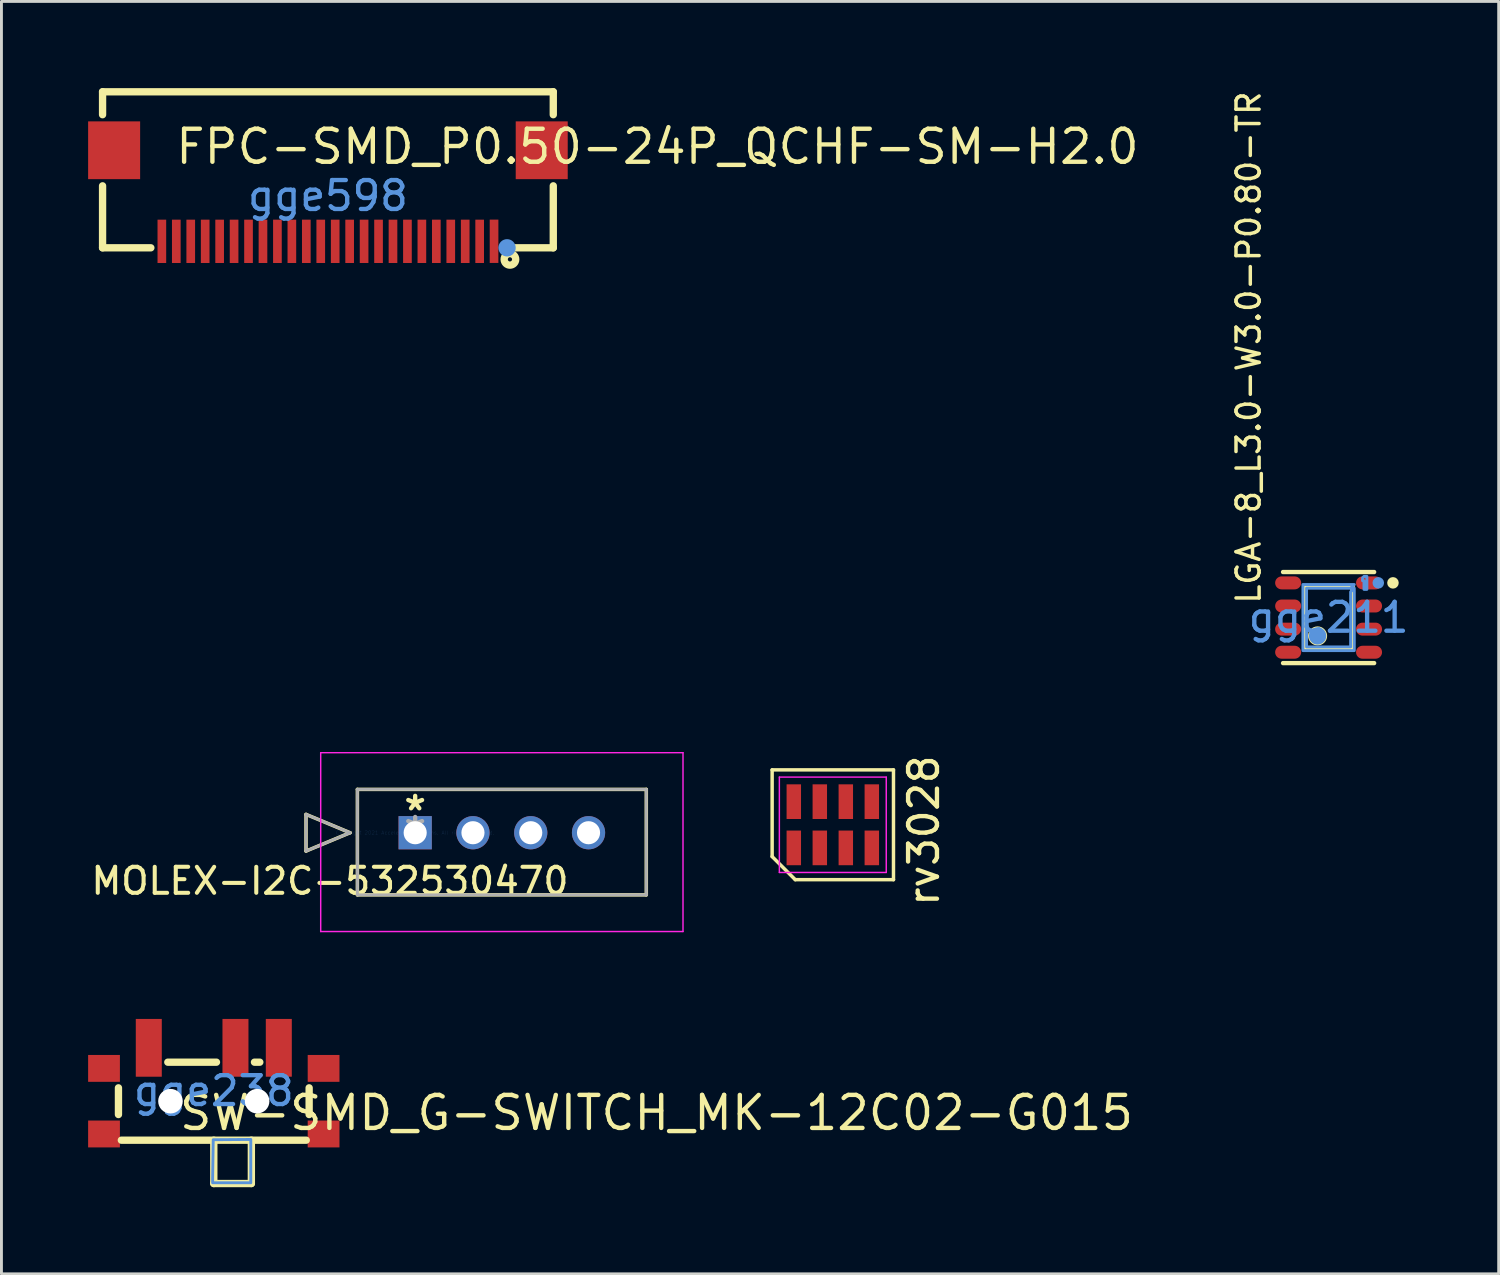
<source format=kicad_pcb>
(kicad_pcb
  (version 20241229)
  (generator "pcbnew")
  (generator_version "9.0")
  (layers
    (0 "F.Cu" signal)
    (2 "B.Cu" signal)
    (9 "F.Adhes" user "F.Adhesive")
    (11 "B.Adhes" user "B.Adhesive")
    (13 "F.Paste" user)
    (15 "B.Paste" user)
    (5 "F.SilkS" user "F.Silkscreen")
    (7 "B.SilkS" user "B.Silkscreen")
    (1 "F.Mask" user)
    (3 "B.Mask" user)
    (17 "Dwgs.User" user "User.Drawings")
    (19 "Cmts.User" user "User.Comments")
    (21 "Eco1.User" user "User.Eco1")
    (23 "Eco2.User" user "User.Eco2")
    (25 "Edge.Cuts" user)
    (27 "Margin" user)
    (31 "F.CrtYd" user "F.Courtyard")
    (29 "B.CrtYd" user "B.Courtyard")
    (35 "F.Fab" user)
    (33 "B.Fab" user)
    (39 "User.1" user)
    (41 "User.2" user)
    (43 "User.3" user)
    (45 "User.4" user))
  (footprint "FPC-SMD_P0.50-24P_QCHF-SM-H2.0"
    (layer "F.Cu")
    (at 8.3 3.727)
    (property "Reference" "FPC-SMD_P0.50-24P_QCHF-SM-H2.0" (at -5.35 -1.7 0) (layer "F.SilkS") (effects (font (size 1.143 1.143) (thickness 0.152)) (justify left)))
    (attr smd)
    (fp_line (start -7.8 -3.6) (end -7.8 -2.807) (stroke (width 0.254) (type solid)) (layer "F.SilkS"))
    (fp_line (start -7.8 -3.6) (end 7.8 -3.6) (stroke (width 0.254) (type solid)) (layer "F.SilkS"))
    (fp_line (start -7.8 -0.345) (end -7.8 1.8) (stroke (width 0.254) (type solid)) (layer "F.SilkS"))
    (fp_line (start -7.8 1.8) (end -6.129 1.8) (stroke (width 0.254) (type solid)) (layer "F.SilkS"))
    (fp_line (start 6.131 1.8) (end 7.8 1.8) (stroke (width 0.254) (type solid)) (layer "F.SilkS"))
    (fp_line (start 7.8 -3.6) (end 7.8 -2.807) (stroke (width 0.254) (type solid)) (layer "F.SilkS"))
    (fp_line (start 7.8 -0.345) (end 7.8 1.8) (stroke (width 0.254) (type solid)) (layer "F.SilkS"))
    (fp_circle (center 6.3 2.2) (end 6.5 2.2) (stroke (width 0.254) (type solid)) (fill no) (layer "F.SilkS"))
    (fp_circle (center 6.2 1.8) (end 6.35 1.8) (stroke (width 0.3) (type solid)) (fill no) (layer "Cmts.User"))
    (fp_text user "gge598" (at 0 0 0) (layer "Cmts.User") (effects (font (size 1 1) (thickness 0.15))))
    (pad "1" smd rect (at 5.75 1.574 180) (size 0.3 1.5) (layers "F.Cu" "F.Mask" "F.Paste"))
    (pad "2" smd rect (at 5.252 1.576 180) (size 0.3 1.5) (layers "F.Cu" "F.Mask" "F.Paste"))
    (pad "3" smd rect (at 4.752 1.576 180) (size 0.3 1.5) (layers "F.Cu" "F.Mask" "F.Paste"))
    (pad "4" smd rect (at 4.252 1.576 180) (size 0.3 1.5) (layers "F.Cu" "F.Mask" "F.Paste"))
    (pad "5" smd rect (at 3.752 1.576 180) (size 0.3 1.5) (layers "F.Cu" "F.Mask" "F.Paste"))
    (pad "6" smd rect (at 3.252 1.576 180) (size 0.3 1.5) (layers "F.Cu" "F.Mask" "F.Paste"))
    (pad "7" smd rect (at 2.752 1.576 180) (size 0.3 1.5) (layers "F.Cu" "F.Mask" "F.Paste"))
    (pad "8" smd rect (at 2.252 1.576 180) (size 0.3 1.5) (layers "F.Cu" "F.Mask" "F.Paste"))
    (pad "9" smd rect (at 1.752 1.576 180) (size 0.3 1.5) (layers "F.Cu" "F.Mask" "F.Paste"))
    (pad "10" smd rect (at 1.252 1.576 180) (size 0.3 1.5) (layers "F.Cu" "F.Mask" "F.Paste"))
    (pad "11" smd rect (at 0.752 1.576 180) (size 0.3 1.5) (layers "F.Cu" "F.Mask" "F.Paste"))
    (pad "12" smd rect (at 0.252 1.576 180) (size 0.3 1.5) (layers "F.Cu" "F.Mask" "F.Paste"))
    (pad "13" smd rect (at -0.248 1.576 180) (size 0.3 1.5) (layers "F.Cu" "F.Mask" "F.Paste"))
    (pad "14" smd rect (at -0.748 1.576 180) (size 0.3 1.5) (layers "F.Cu" "F.Mask" "F.Paste"))
    (pad "15" smd rect (at -1.248 1.576 180) (size 0.3 1.5) (layers "F.Cu" "F.Mask" "F.Paste"))
    (pad "16" smd rect (at -1.748 1.576 180) (size 0.3 1.5) (layers "F.Cu" "F.Mask" "F.Paste"))
    (pad "17" smd rect (at -2.248 1.576 180) (size 0.3 1.5) (layers "F.Cu" "F.Mask" "F.Paste"))
    (pad "18" smd rect (at -2.748 1.576 180) (size 0.3 1.5) (layers "F.Cu" "F.Mask" "F.Paste"))
    (pad "19" smd rect (at -3.248 1.576 180) (size 0.3 1.5) (layers "F.Cu" "F.Mask" "F.Paste"))
    (pad "20" smd rect (at -3.748 1.576 180) (size 0.3 1.5) (layers "F.Cu" "F.Mask" "F.Paste"))
    (pad "21" smd rect (at -4.248 1.576 180) (size 0.3 1.5) (layers "F.Cu" "F.Mask" "F.Paste"))
    (pad "22" smd rect (at -4.748 1.576 180) (size 0.3 1.5) (layers "F.Cu" "F.Mask" "F.Paste"))
    (pad "23" smd rect (at -5.248 1.576 180) (size 0.3 1.5) (layers "F.Cu" "F.Mask" "F.Paste"))
    (pad "24" smd rect (at -5.748 1.576 180) (size 0.3 1.5) (layers "F.Cu" "F.Mask" "F.Paste"))
    (pad "25" smd rect (at 7.4 -1.576 180) (size 1.8 2) (layers "F.Cu" "F.Mask" "F.Paste"))
    (pad "26" smd rect (at -7.4 -1.576) (size 1.8 2) (layers "F.Cu" "F.Mask" "F.Paste")))
  (footprint "SW-SMD_G-SWITCH_MK-12C02-G015"
    (layer "F.Cu")
    (at 4.35 34.708)
    (property "Reference" "SW-SMD_G-SWITCH_MK-12C02-G015" (at -1.27 0.76 0) (layer "F.SilkS") (effects (font (size 1.143 1.143) (thickness 0.152)) (justify left)))
    (attr smd)
    (fp_line (start -3.3 0.818) (end -3.3 -0.106) (stroke (width 0.254) (type solid)) (layer "F.SilkS"))
    (fp_line (start 0 3.206) (end 0 1.706) (stroke (width 0.254) (type solid)) (layer "F.SilkS"))
    (fp_line (start 0.092 -0.994) (end -1.592 -0.994) (stroke (width 0.254) (type solid)) (layer "F.SilkS"))
    (fp_line (start 1.3 1.706) (end 1.3 3.206) (stroke (width 0.254) (type solid)) (layer "F.SilkS"))
    (fp_line (start 1.3 3.206) (end 0 3.206) (stroke (width 0.254) (type solid)) (layer "F.SilkS"))
    (fp_line (start 1.592 -0.994) (end 1.408 -0.994) (stroke (width 0.254) (type solid)) (layer "F.SilkS"))
    (fp_line (start 3.2 1.706) (end -3.2 1.706) (stroke (width 0.254) (type solid)) (layer "F.SilkS"))
    (fp_line (start 3.3 0.818) (end 3.3 -0.106) (stroke (width 0.254) (type solid)) (layer "F.SilkS"))
    (fp_circle (center -1.5 0.356) (end -1.325 0.356) (stroke (width 0.35) (type solid)) (fill no) (layer "Cmts.User"))
    (fp_circle (center 1.5 0.356) (end 1.675 0.356) (stroke (width 0.35) (type solid)) (fill no) (layer "Cmts.User"))
    (fp_poly (pts (xy -0.02 1.69) (xy 1.28 1.68) (xy 1.28 3.18) (xy -0.04 3.18) (xy -0.04 3)) (stroke (width 0.1) (type solid)) (fill no) (layer "Cmts.User"))
    (fp_text user "gge238" (at 0 0 0) (layer "Cmts.User") (effects (font (size 1 1) (thickness 0.15))))
    (pad "" np_thru_hole circle (at -1.5 0.356) (size 0.85 0.85) (drill 0.85) (layers "*.Cu" "*.Mask"))
    (pad "" np_thru_hole circle (at 1.5 0.356) (size 0.85 0.85) (drill 0.85) (layers "*.Cu" "*.Mask"))
    (pad "1" smd rect (at -2.25 -1.491) (size 0.9 2) (layers "F.Cu" "F.Mask" "F.Paste"))
    (pad "2" smd rect (at 0.75 -1.491) (size 0.9 2) (layers "F.Cu" "F.Mask" "F.Paste"))
    (pad "3" smd rect (at 2.25 -1.491) (size 0.9 2) (layers "F.Cu" "F.Mask" "F.Paste"))
    (pad "4" smd rect (at 3.8 -0.779) (size 1.1 0.93) (layers "F.Cu" "F.Mask" "F.Paste"))
    (pad "5" smd rect (at 3.8 1.491) (size 1.1 0.93) (layers "F.Cu" "F.Mask" "F.Paste"))
    (pad "6" smd rect (at -3.8 1.491) (size 1.1 0.93) (layers "F.Cu" "F.Mask" "F.Paste"))
    (pad "7" smd rect (at -3.8 -0.779 180) (size 1.1 0.93) (layers "F.Cu" "F.Mask" "F.Paste")))
  (footprint "LGA-8_L3.0-W3.0-P0.80-TR"
    (layer "F.Cu")
    (at 42.935 18.325)
    (property "Reference" "LGA-8_L3.0-W3.0-P0.80-TR" (at -2.769 -0.411 90) (layer "F.SilkS") (effects (font (size 0.8 0.8) (thickness 0.12)) (justify left)))
    (attr smd)
    (fp_line (start -1.576 -1.576) (end 1.576 -1.576) (stroke (width 0.152) (type solid)) (layer "F.SilkS"))
    (fp_line (start -1.576 1.576) (end 1.576 1.576) (stroke (width 0.152) (type solid)) (layer "F.SilkS"))
    (fp_line (start -0.825 -1.079) (end 0.825 -1.079) (stroke (width 0.152) (type solid)) (layer "F.SilkS"))
    (fp_line (start -0.825 1.079) (end -0.825 -1.079) (stroke (width 0.152) (type solid)) (layer "F.SilkS"))
    (fp_line (start 0.825 -1.079) (end 0.825 1.079) (stroke (width 0.152) (type solid)) (layer "F.SilkS"))
    (fp_line (start 0.825 1.079) (end -0.825 1.079) (stroke (width 0.152) (type solid)) (layer "F.SilkS"))
    (fp_circle (center -0.381 0.635) (end -0.127 0.635) (stroke (width 0.152) (type solid)) (fill no) (layer "F.SilkS"))
    (fp_circle (center 2.228 -1.201) (end 2.328 -1.201) (stroke (width 0.2) (type solid)) (fill no) (layer "F.SilkS"))
    (fp_circle (center -0.381 0.635) (end -0.231 0.635) (stroke (width 0.3) (type solid)) (fill no) (layer "Cmts.User"))
    (fp_circle (center 1.72 -1.201) (end 1.82 -1.201) (stroke (width 0.2) (type solid)) (fill no) (layer "Cmts.User"))
    (fp_poly (pts (xy 1.275 -1.425) (xy 1.225 -1.425) (xy 1.175 -1.375) (xy 1.175 -1.275) (xy 1.225 -1.275) (xy 1.225 -0.975) (xy 1.275 -0.975) (xy 1.325 -0.975) (xy 1.325 -1.425)) (stroke (width 0.1) (type solid)) (fill no) (layer "Cmts.User"))
    (fp_poly (pts (xy 0.889 -1.016) (xy 0.889 1.143) (xy -0.889 1.143) (xy -0.889 -1.143) (xy 0.889 -1.143) (xy 0.762 -1.016) (xy -0.762 -1.016) (xy -0.762 1.016) (xy 0.762 1.016) (xy 0.762 -0.889) (xy 0.889 -1.016) (xy 0.889 -0.889)) (stroke (width 0.1) (type solid)) (fill no) (layer "Cmts.User"))
    (fp_text user "gge211" (at 0 0 0) (layer "Cmts.User") (effects (font (size 1 1) (thickness 0.15))))
    (pad "1" smd oval (at 1.4 -1.2 270) (size 0.448 0.9) (layers "F.Cu" "F.Mask" "F.Paste"))
    (pad "2" smd oval (at 1.4 -0.4 270) (size 0.448 0.9) (layers "F.Cu" "F.Mask" "F.Paste"))
    (pad "3" smd oval (at 1.4 0.4 270) (size 0.448 0.9) (layers "F.Cu" "F.Mask" "F.Paste"))
    (pad "4" smd oval (at 1.4 1.2 270) (size 0.448 0.9) (layers "F.Cu" "F.Mask" "F.Paste"))
    (pad "5" smd oval (at -1.4 1.2 270) (size 0.448 0.9) (layers "F.Cu" "F.Mask" "F.Paste"))
    (pad "6" smd oval (at -1.4 0.4 270) (size 0.448 0.9) (layers "F.Cu" "F.Mask" "F.Paste"))
    (pad "7" smd oval (at -1.4 -0.4 270) (size 0.448 0.9) (layers "F.Cu" "F.Mask" "F.Paste"))
    (pad "8" smd oval (at -1.4 -1.2 270) (size 0.448 0.9) (layers "F.Cu" "F.Mask" "F.Paste")))
  (footprint "rv3028"
    (layer "F.Cu")
    (at 25.775 25.497)
    (property "Reference" "rv3028" (at 3.15 0.2 90) (layer "F.SilkS") (effects (font (size 1 1) (thickness 0.15))))
    (attr smd)
    (fp_line (start -2.1 -1.9) (end 2.1 -1.9) (stroke (width 0.12) (type solid)) (layer "F.SilkS"))
    (fp_line (start -2.1 1.1) (end -2.1 -1.9) (stroke (width 0.12) (type solid)) (layer "F.SilkS"))
    (fp_line (start -1.3 1.9) (end -2.1 1.1) (stroke (width 0.12) (type solid)) (layer "F.SilkS"))
    (fp_line (start 2.1 -1.9) (end 2.1 1.9) (stroke (width 0.12) (type solid)) (layer "F.SilkS"))
    (fp_line (start 2.1 1.9) (end -1.3 1.9) (stroke (width 0.12) (type solid)) (layer "F.SilkS"))
    (fp_line (start -1.85 -1.65) (end 1.85 -1.65) (stroke (width 0.05) (type solid)) (layer "F.CrtYd"))
    (fp_line (start -1.85 1.65) (end -1.85 -1.65) (stroke (width 0.05) (type solid)) (layer "F.CrtYd"))
    (fp_line (start 1.85 -1.65) (end 1.85 1.65) (stroke (width 0.05) (type solid)) (layer "F.CrtYd"))
    (fp_line (start 1.85 1.65) (end -1.85 1.65) (stroke (width 0.05) (type solid)) (layer "F.CrtYd"))
    (pad "1" smd rect (at -1.35 0.8) (size 0.5 1.2) (layers "F.Cu" "F.Mask" "F.Paste"))
    (pad "2" smd rect (at -0.45 0.8) (size 0.5 1.2) (layers "F.Cu" "F.Mask" "F.Paste"))
    (pad "3" smd rect (at 0.45 0.8) (size 0.5 1.2) (layers "F.Cu" "F.Mask" "F.Paste"))
    (pad "4" smd rect (at 1.35 0.8) (size 0.5 1.2) (layers "F.Cu" "F.Mask" "F.Paste"))
    (pad "5" smd rect (at 1.35 -0.8) (size 0.5 1.2) (layers "F.Cu" "F.Mask" "F.Paste"))
    (pad "6" smd rect (at 0.45 -0.8) (size 0.5 1.2) (layers "F.Cu" "F.Mask" "F.Paste"))
    (pad "7" smd rect (at -0.45 -0.8) (size 0.5 1.2) (layers "F.Cu" "F.Mask" "F.Paste"))
    (pad "8" smd rect (at -1.35 -0.8) (size 0.5 1.2) (layers "F.Cu" "F.Mask" "F.Paste")))
  (footprint "MOLEX-I2C-532530470"
    (layer "F.Cu")
    (at 11.32 25.772)
    (property "Reference" "MOLEX-I2C-532530470" (at -2.95 1.67 0) (layer "F.SilkS") (effects (font (size 0.9 0.9) (thickness 0.14))))
    (attr through_hole exclude_from_pos_files)
    (fp_line (start -3.778 -0.635) (end -3.778 0.635) (stroke (width 0.12) (type solid)) (layer "F.SilkS"))
    (fp_line (start -3.778 0.635) (end -2.254 0) (stroke (width 0.12) (type solid)) (layer "F.SilkS"))
    (fp_line (start -2.254 0) (end -3.778 -0.635) (stroke (width 0.12) (type solid)) (layer "F.SilkS"))
    (fp_line (start -2 -1.5) (end -2 2.15) (stroke (width 0.12) (type solid)) (layer "F.SilkS"))
    (fp_line (start -2 2.15) (end 8 2.15) (stroke (width 0.12) (type solid)) (layer "F.SilkS"))
    (fp_line (start 8 -1.5) (end -2 -1.5) (stroke (width 0.12) (type solid)) (layer "F.SilkS"))
    (fp_line (start 8 2.15) (end 8 -1.5) (stroke (width 0.12) (type solid)) (layer "F.SilkS"))
    (fp_line (start -3.27 -2.77) (end -3.27 3.42) (stroke (width 0.05) (type solid)) (layer "F.CrtYd"))
    (fp_line (start -3.27 3.42) (end 9.27 3.42) (stroke (width 0.05) (type solid)) (layer "F.CrtYd"))
    (fp_line (start 9.27 -2.77) (end -3.27 -2.77) (stroke (width 0.05) (type solid)) (layer "F.CrtYd"))
    (fp_line (start 9.27 3.42) (end 9.27 -2.77) (stroke (width 0.05) (type solid)) (layer "F.CrtYd"))
    (fp_line (start -3.778 -0.635) (end -3.778 0.635) (stroke (width 0.1) (type solid)) (layer "F.Fab"))
    (fp_line (start -3.778 0.635) (end -2.254 0) (stroke (width 0.1) (type solid)) (layer "F.Fab"))
    (fp_line (start -2.254 0) (end -3.778 -0.635) (stroke (width 0.1) (type solid)) (layer "F.Fab"))
    (fp_line (start -2 -1.5) (end -2 2.15) (stroke (width 0.1) (type solid)) (layer "F.Fab"))
    (fp_line (start -2 2.15) (end 8 2.15) (stroke (width 0.1) (type solid)) (layer "F.Fab"))
    (fp_line (start 8 -1.5) (end -2 -1.5) (stroke (width 0.1) (type solid)) (layer "F.Fab"))
    (fp_line (start 8 2.15) (end 8 -1.5) (stroke (width 0.1) (type solid)) (layer "F.Fab"))
    (fp_text user "*" (at 0 -0.73 0) (layer "F.SilkS") (effects (font (size 1 1) (thickness 0.15))))
    (fp_text user "Copyright 2021 Accelerated Designs. All rights reserved." (at 0 0 0) (layer "Cmts.User") (effects (font (size 0.127 0.127) (thickness 0.002))))
    (fp_text user "*" (at 0 0 0) (layer "F.Fab") (effects (font (size 1 1) (thickness 0.15))))
    (pad "1" thru_hole rect (at 0 0) (size 1.15 1.15) (drill 0.8) (layers "*.Cu" "*.Mask"))
    (pad "2" thru_hole circle (at 2 0) (size 1.15 1.15) (drill 0.8) (layers "*.Cu" "*.Mask"))
    (pad "3" thru_hole circle (at 4 0) (size 1.15 1.15) (drill 0.8) (layers "*.Cu" "*.Mask"))
    (pad "4" thru_hole circle (at 6 0) (size 1.15 1.15) (drill 0.8) (layers "*.Cu" "*.Mask")))
  (gr_rect
    (start -3 -3)
    (end 48.822 41.041)
    (stroke (width 0.1) (type default))
    (fill no)
    (layer "Edge.Cuts")))
</source>
